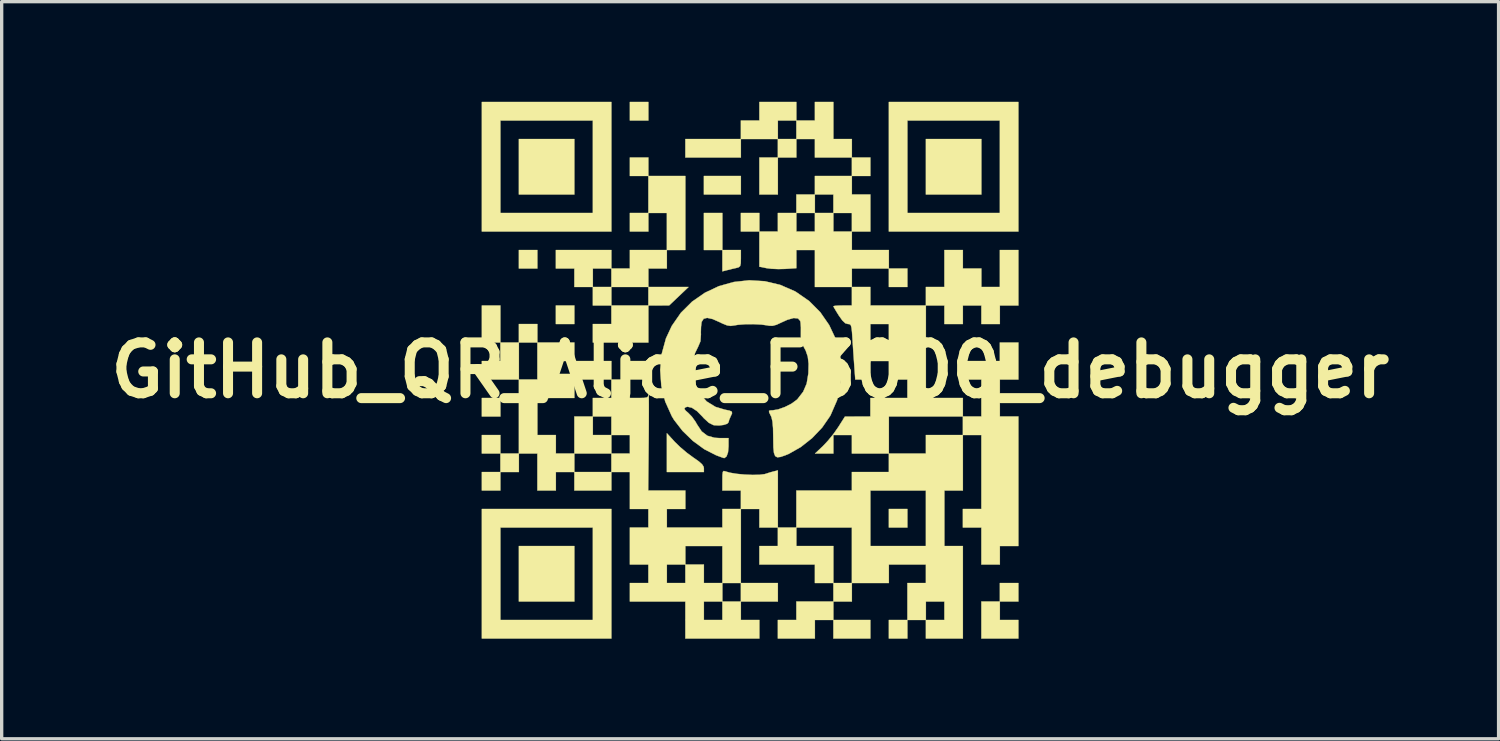
<source format=kicad_pcb>
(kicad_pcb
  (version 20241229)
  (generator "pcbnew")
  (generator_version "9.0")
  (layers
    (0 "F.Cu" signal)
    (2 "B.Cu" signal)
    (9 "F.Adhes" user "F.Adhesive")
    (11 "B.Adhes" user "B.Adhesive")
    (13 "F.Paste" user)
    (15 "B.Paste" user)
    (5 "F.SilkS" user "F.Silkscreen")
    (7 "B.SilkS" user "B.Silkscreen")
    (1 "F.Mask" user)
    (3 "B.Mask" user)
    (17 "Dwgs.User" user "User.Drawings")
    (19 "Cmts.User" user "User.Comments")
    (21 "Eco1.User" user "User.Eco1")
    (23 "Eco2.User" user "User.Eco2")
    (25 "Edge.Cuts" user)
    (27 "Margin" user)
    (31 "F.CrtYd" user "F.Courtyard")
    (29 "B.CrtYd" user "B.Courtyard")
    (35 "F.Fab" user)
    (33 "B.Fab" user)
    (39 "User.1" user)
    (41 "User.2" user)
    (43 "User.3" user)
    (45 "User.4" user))
  (footprint "GitHub_QR_Alice_F3000_debugger"
    (layer "F.Cu")
    (at 19.42 8.041)
    (property "Reference" "GitHub_QR_Alice_F3000_debugger" (at 0 0 0) (layer "F.SilkS") (effects (font (size 1.524 1.524) (thickness 0.3))))
    (attr through_hole)
    (fp_poly (pts (xy -8.036 -0.831) (xy -8.036 -1.94) (xy -7.481 -1.94) (xy -7.481 -0.831) (xy -8.036 -0.831)) (stroke (width 0.01) (type solid)) (fill yes) (layer "F.SilkS"))
    (fp_poly (pts (xy -8.036 2.494) (xy -8.036 1.94) (xy -7.481 1.94) (xy -7.481 2.494) (xy -8.036 2.494)) (stroke (width 0.01) (type solid)) (fill yes) (layer "F.SilkS"))
    (fp_poly (pts (xy -7.481 1.385) (xy -8.036 1.385) (xy -8.036 0.831) (xy -7.481 0.831) (xy -7.481 1.385)) (stroke (width 0.01) (type solid)) (fill yes) (layer "F.SilkS"))
    (fp_poly (pts (xy -7.481 2.494) (xy -6.927 2.494) (xy -6.927 3.048) (xy -7.481 3.048) (xy -7.481 2.494)) (stroke (width 0.01) (type solid)) (fill yes) (layer "F.SilkS"))
    (fp_poly (pts (xy -7.481 3.602) (xy -8.036 3.602) (xy -8.036 3.048) (xy -7.481 3.048) (xy -7.481 3.602)) (stroke (width 0.01) (type solid)) (fill yes) (layer "F.SilkS"))
    (fp_poly (pts (xy -6.373 -3.048) (xy -6.927 -3.048) (xy -6.927 -3.602) (xy -6.373 -3.602) (xy -6.373 -3.048)) (stroke (width 0.01) (type solid)) (fill yes) (layer "F.SilkS"))
    (fp_poly (pts (xy -5.265 -5.265) (xy -6.927 -5.265) (xy -6.927 -6.927) (xy -5.265 -6.927) (xy -5.265 -5.265)) (stroke (width 0.01) (type solid)) (fill yes) (layer "F.SilkS"))
    (fp_poly (pts (xy -5.265 -1.385) (xy -5.819 -1.385) (xy -5.819 -1.94) (xy -5.265 -1.94) (xy -5.265 -1.385)) (stroke (width 0.01) (type solid)) (fill yes) (layer "F.SilkS"))
    (fp_poly (pts (xy -5.265 0.277) (xy -5.265 -0.277) (xy -4.156 -0.277) (xy -4.156 0.277) (xy -5.265 0.277)) (stroke (width 0.01) (type solid)) (fill yes) (layer "F.SilkS"))
    (fp_poly (pts (xy -5.265 6.927) (xy -6.927 6.927) (xy -6.927 5.265) (xy -5.265 5.265) (xy -5.265 6.927)) (stroke (width 0.01) (type solid)) (fill yes) (layer "F.SilkS"))
    (fp_poly (pts (xy -4.156 3.048) (xy -4.156 3.602) (xy -5.265 3.602) (xy -5.265 3.048) (xy -4.156 3.048)) (stroke (width 0.01) (type solid)) (fill yes) (layer "F.SilkS"))
    (fp_poly (pts (xy -3.602 -5.819) (xy -3.602 -6.373) (xy -3.048 -6.373) (xy -3.048 -5.819) (xy -3.602 -5.819)) (stroke (width 0.01) (type solid)) (fill yes) (layer "F.SilkS"))
    (fp_poly (pts (xy -3.602 -0.277) (xy -3.094 -0.277) (xy -3.094 0.277) (xy -3.602 0.277) (xy -3.602 -0.277)) (stroke (width 0.01) (type solid)) (fill yes) (layer "F.SilkS"))
    (fp_poly (pts (xy -3.048 -7.481) (xy -3.602 -7.481) (xy -3.602 -8.036) (xy -3.048 -8.036) (xy -3.048 -7.481)) (stroke (width 0.01) (type solid)) (fill yes) (layer "F.SilkS"))
    (fp_poly (pts (xy -3.048 -4.156) (xy -3.602 -4.156) (xy -3.602 -4.711) (xy -3.048 -4.711) (xy -3.048 -4.156)) (stroke (width 0.01) (type solid)) (fill yes) (layer "F.SilkS"))
    (fp_poly (pts (xy -1.385 -3.602) (xy -1.385 -4.711) (xy -0.831 -4.711) (xy -0.831 -3.602) (xy -1.385 -3.602)) (stroke (width 0.01) (type solid)) (fill yes) (layer "F.SilkS"))
    (fp_poly (pts (xy -0.277 -6.373) (xy -1.94 -6.373) (xy -1.94 -6.927) (xy -0.277 -6.927) (xy -0.277 -6.373)) (stroke (width 0.01) (type solid)) (fill yes) (layer "F.SilkS"))
    (fp_poly (pts (xy -0.277 -5.265) (xy -1.385 -5.265) (xy -1.385 -5.819) (xy -0.277 -5.819) (xy -0.277 -5.265)) (stroke (width 0.01) (type solid)) (fill yes) (layer "F.SilkS"))
    (fp_poly (pts (xy -0.277 -4.156) (xy -0.277 -4.711) (xy 0.277 -4.711) (xy 0.277 -4.156) (xy -0.277 -4.156)) (stroke (width 0.01) (type solid)) (fill yes) (layer "F.SilkS"))
    (fp_poly (pts (xy 0.831 -5.265) (xy 0.277 -5.265) (xy 0.277 -6.373) (xy 0.831 -6.373) (xy 0.831 -5.265)) (stroke (width 0.01) (type solid)) (fill yes) (layer "F.SilkS"))
    (fp_poly (pts (xy 3.048 -6.373) (xy 3.602 -6.373) (xy 3.602 -5.819) (xy 3.048 -5.819) (xy 3.048 -6.373)) (stroke (width 0.01) (type solid)) (fill yes) (layer "F.SilkS"))
    (fp_poly (pts (xy 3.602 8.036) (xy 2.494 8.036) (xy 2.494 7.481) (xy 3.602 7.481) (xy 3.602 8.036)) (stroke (width 0.01) (type solid)) (fill yes) (layer "F.SilkS"))
    (fp_poly (pts (xy 4.711 -2.494) (xy 4.156 -2.494) (xy 4.156 -3.048) (xy 4.711 -3.048) (xy 4.711 -2.494)) (stroke (width 0.01) (type solid)) (fill yes) (layer "F.SilkS"))
    (fp_poly (pts (xy 4.711 4.711) (xy 4.156 4.711) (xy 4.156 4.156) (xy 4.711 4.156) (xy 4.711 4.711)) (stroke (width 0.01) (type solid)) (fill yes) (layer "F.SilkS"))
    (fp_poly (pts (xy 4.711 8.036) (xy 4.156 8.036) (xy 4.156 7.481) (xy 4.711 7.481) (xy 4.711 8.036)) (stroke (width 0.01) (type solid)) (fill yes) (layer "F.SilkS"))
    (fp_poly (pts (xy 6.927 -5.265) (xy 5.265 -5.265) (xy 5.265 -6.927) (xy 6.927 -6.927) (xy 6.927 -5.265)) (stroke (width 0.01) (type solid)) (fill yes) (layer "F.SilkS"))
    (fp_poly (pts (xy 7.481 6.373) (xy 8.036 6.373) (xy 8.036 6.927) (xy 7.481 6.927) (xy 7.481 6.373)) (stroke (width 0.01) (type solid)) (fill yes) (layer "F.SilkS"))
    (fp_poly (pts (xy -4.711 1.94) (xy -4.156 1.94) (xy -4.156 2.494) (xy -5.265 2.494) (xy -5.265 1.385) (xy -4.711 1.385) (xy -4.711 1.94)) (stroke (width 0.01) (type solid)) (fill yes) (layer "F.SilkS"))
    (fp_poly (pts (xy -2.494 -4.711) (xy -3.048 -4.711) (xy -3.048 -5.819) (xy -1.94 -5.819) (xy -1.94 -3.602) (xy -2.494 -3.602) (xy -2.494 -4.711)) (stroke (width 0.01) (type solid)) (fill yes) (layer "F.SilkS"))
    (fp_poly (pts (xy 7.481 7.481) (xy 8.036 7.481) (xy 8.036 8.036) (xy 6.927 8.036) (xy 6.927 6.927) (xy 7.481 6.927) (xy 7.481 7.481)) (stroke (width 0.01) (type solid)) (fill yes) (layer "F.SilkS"))
    (fp_poly (pts (xy 2.494 7.481) (xy 1.94 7.481) (xy 1.94 8.036) (xy 0.831 8.036) (xy 0.831 7.481) (xy 1.385 7.481) (xy 1.385 6.927) (xy 2.494 6.927) (xy 2.494 7.481)) (stroke (width 0.01) (type solid)) (fill yes) (layer "F.SilkS"))
    (fp_poly (pts (xy -0.277 -3.602) (xy -0.277 -3.349) (xy -0.281 -3.203) (xy -0.299 -3.123) (xy -0.342 -3.085) (xy -0.404 -3.067) (xy -0.544 -3.035) (xy -0.681 -3.001) (xy -0.831 -2.963) (xy -0.831 -3.602) (xy -0.277 -3.602)) (stroke (width 0.01) (type solid)) (fill yes) (layer "F.SilkS"))
    (fp_poly (pts (xy -4.156 -4.156) (xy -8.036 -4.156) (xy -8.036 -7.481) (xy -7.481 -7.481) (xy -7.481 -4.711) (xy -4.711 -4.711) (xy -4.711 -7.481) (xy -7.481 -7.481) (xy -8.036 -7.481) (xy -8.036 -8.036) (xy -4.156 -8.036) (xy -4.156 -4.156)) (stroke (width 0.01) (type solid)) (fill yes) (layer "F.SilkS"))
    (fp_poly (pts (xy -4.156 8.036) (xy -8.036 8.036) (xy -8.036 4.711) (xy -7.481 4.711) (xy -7.481 7.481) (xy -4.711 7.481) (xy -4.711 4.711) (xy -7.481 4.711) (xy -8.036 4.711) (xy -8.036 4.156) (xy -4.156 4.156) (xy -4.156 8.036)) (stroke (width 0.01) (type solid)) (fill yes) (layer "F.SilkS"))
    (fp_poly (pts (xy 8.036 -4.156) (xy 4.156 -4.156) (xy 4.156 -7.481) (xy 4.711 -7.481) (xy 4.711 -4.711) (xy 7.481 -4.711) (xy 7.481 -7.481) (xy 4.711 -7.481) (xy 4.156 -7.481) (xy 4.156 -8.036) (xy 8.036 -8.036) (xy 8.036 -4.156)) (stroke (width 0.01) (type solid)) (fill yes) (layer "F.SilkS"))
    (fp_poly (pts (xy -2.259 2.143) (xy -2.098 2.3) (xy -1.899 2.469) (xy -1.707 2.611) (xy -1.705 2.612) (xy -1.537 2.73) (xy -1.438 2.819) (xy -1.392 2.892) (xy -1.385 2.936) (xy -1.385 3.048) (xy -2.494 3.048) (xy -2.494 1.886) (xy -2.259 2.143)) (stroke (width 0.01) (type solid)) (fill yes) (layer "F.SilkS"))
    (fp_poly (pts (xy 5.265 -2.494) (xy 5.819 -2.494) (xy 5.819 -3.602) (xy 6.373 -3.602) (xy 6.373 -3.048) (xy 6.927 -3.048) (xy 6.927 -2.494) (xy 7.481 -2.494) (xy 7.481 -3.602) (xy 8.036 -3.602) (xy 8.036 -1.94) (xy 7.481 -1.94) (xy 7.481 -1.385) (xy 6.927 -1.385) (xy 6.927 -1.94) (xy 6.373 -1.94) (xy 6.373 -1.385) (xy 5.819 -1.385) (xy 5.819 -1.94) (xy 5.265 -1.94) (xy 5.265 -2.494)) (stroke (width 0.01) (type solid)) (fill yes) (layer "F.SilkS"))
    (fp_poly (pts (xy -0.277 3.602) (xy -0.831 3.602) (xy -0.831 3.297) (xy -0.829 3.135) (xy -0.818 3.047) (xy -0.793 3.017) (xy -0.75 3.027) (xy -0.604 3.069) (xy -0.399 3.103) (xy -0.165 3.125) (xy 0.071 3.135) (xy 0.281 3.131) (xy 0.437 3.111) (xy 0.47 3.101) (xy 0.601 3.059) (xy 0.704 3.031) (xy 0.831 3) (xy 0.831 4.711) (xy 0.277 4.711) (xy 0.277 4.156) (xy -0.277 4.156) (xy -0.277 3.602)) (stroke (width 0.01) (type solid)) (fill yes) (layer "F.SilkS"))
    (fp_poly (pts (xy 1.94 -6.373) (xy 1.94 -6.927) (xy 1.385 -6.927) (xy 1.385 -6.373) (xy 0.831 -6.373) (xy 0.831 -6.927) (xy -0.277 -6.927) (xy -0.277 -7.481) (xy 0.277 -7.481) (xy 0.831 -7.481) (xy 0.831 -6.927) (xy 1.385 -6.927) (xy 1.385 -7.481) (xy 0.831 -7.481) (xy 0.277 -7.481) (xy 0.277 -8.036) (xy 1.385 -8.036) (xy 1.385 -7.481) (xy 1.94 -7.481) (xy 1.94 -8.036) (xy 2.494 -8.036) (xy 2.494 -6.927) (xy 3.048 -6.927) (xy 3.048 -6.373) (xy 1.94 -6.373)) (stroke (width 0.01) (type solid)) (fill yes) (layer "F.SilkS"))
    (fp_poly (pts (xy -6.927 0.277) (xy -8.036 0.277) (xy -8.036 -0.277) (xy -7.481 -0.277) (xy -7.481 -0.831) (xy -6.927 -0.831) (xy -6.927 0.277) (xy -6.373 0.277) (xy -6.373 -0.831) (xy -6.927 -0.831) (xy -6.927 -1.385) (xy -6.373 -1.385) (xy -6.373 -0.831) (xy -5.265 -0.831) (xy -5.265 -0.277) (xy -5.819 -0.277) (xy -5.819 0.277) (xy -5.265 0.277) (xy -5.265 0.831) (xy -6.373 0.831) (xy -6.373 1.94) (xy -5.819 1.94) (xy -5.819 2.494) (xy -5.265 2.494) (xy -5.265 3.048) (xy -5.819 3.048) (xy -5.819 3.602) (xy -6.373 3.602) (xy -6.373 2.494) (xy -6.927 2.494) (xy -6.927 0.277)) (stroke (width 0.01) (type solid)) (fill yes) (layer "F.SilkS"))
    (fp_poly (pts (xy -2.494 -3.048) (xy -3.048 -3.048) (xy -3.048 -2.494) (xy -1.845 -2.494) (xy -2.135 -2.218) (xy -2.425 -1.943) (xy -2.736 -1.941) (xy -3.048 -1.94) (xy -3.048 -0.831) (xy -4.711 -0.831) (xy -4.711 -1.385) (xy -4.156 -1.385) (xy -4.156 -1.94) (xy -3.048 -1.94) (xy -3.048 -2.494) (xy -4.156 -2.494) (xy -4.156 -1.94) (xy -4.711 -1.94) (xy -4.711 -2.494) (xy -5.265 -2.494) (xy -5.265 -3.048) (xy -4.711 -3.048) (xy -4.711 -2.494) (xy -4.156 -2.494) (xy -4.156 -3.048) (xy -4.711 -3.048) (xy -5.265 -3.048) (xy -5.819 -3.048) (xy -5.819 -3.602) (xy -4.156 -3.602) (xy -4.156 -3.048) (xy -3.602 -3.048) (xy -3.602 -3.602) (xy -2.494 -3.602) (xy -2.494 -3.048)) (stroke (width 0.01) (type solid)) (fill yes) (layer "F.SilkS"))
    (fp_poly (pts (xy 1.94 -2.494) (xy 1.94 -3.602) (xy 1.385 -3.602) (xy 1.385 -3.058) (xy 1.051 -3.036) (xy 0.845 -3.031) (xy 0.64 -3.04) (xy 0.496 -3.058) (xy 0.277 -3.102) (xy 0.277 -4.156) (xy 0.831 -4.156) (xy 0.831 -4.711) (xy 1.385 -4.711) (xy 1.385 -4.156) (xy 1.94 -4.156) (xy 1.94 -4.711) (xy 1.385 -4.711) (xy 1.385 -5.265) (xy 1.94 -5.265) (xy 1.94 -4.711) (xy 2.494 -4.711) (xy 2.494 -4.156) (xy 3.048 -4.156) (xy 3.048 -4.711) (xy 2.494 -4.711) (xy 2.494 -5.265) (xy 1.94 -5.265) (xy 1.94 -5.819) (xy 3.048 -5.819) (xy 3.048 -5.265) (xy 3.602 -5.265) (xy 3.602 -4.156) (xy 3.048 -4.156) (xy 3.048 -3.602) (xy 4.156 -3.602) (xy 4.156 -3.048) (xy 3.048 -3.048) (xy 3.048 -2.494) (xy 1.94 -2.494)) (stroke (width 0.01) (type solid)) (fill yes) (layer "F.SilkS"))
    (fp_poly (pts (xy -4.156 2.494) (xy -3.602 2.494) (xy -3.602 1.94) (xy -4.156 1.94) (xy -4.156 1.385) (xy -4.711 1.385) (xy -4.711 0.831) (xy -4.156 0.831) (xy -4.156 0.277) (xy -3.602 0.277) (xy -3.602 0.831) (xy -3.328 0.831) (xy -3.174 0.828) (xy -3.09 0.812) (xy -3.052 0.777) (xy -3.04 0.727) (xy -3.037 0.746) (xy -3.035 0.847) (xy -3.034 1.021) (xy -3.034 1.258) (xy -3.035 1.547) (xy -3.037 1.879) (xy -3.039 2.113) (xy -3.054 3.602) (xy -1.94 3.602) (xy -1.94 4.156) (xy -2.494 4.156) (xy -2.494 4.711) (xy -0.831 4.711) (xy -0.831 4.156) (xy -0.277 4.156) (xy -0.277 6.373) (xy 0.831 6.373) (xy 0.831 6.927) (xy -0.277 6.927) (xy -0.277 7.481) (xy 0.277 7.481) (xy 0.277 8.036) (xy -1.94 8.036) (xy -1.94 6.927) (xy -1.385 6.927) (xy -1.385 7.481) (xy -0.831 7.481) (xy -0.831 6.927) (xy -1.385 6.927) (xy -1.94 6.927) (xy -3.602 6.927) (xy -3.602 6.373) (xy -3.048 6.373) (xy -3.048 5.819) (xy -2.494 5.819) (xy -2.494 6.373) (xy -1.94 6.373) (xy -1.94 5.819) (xy -2.494 5.819) (xy -3.048 5.819) (xy -3.602 5.819) (xy -3.602 5.265) (xy -1.94 5.265) (xy -1.94 5.819) (xy -1.385 5.819) (xy -1.385 6.373) (xy -0.831 6.373) (xy -0.831 6.927) (xy -0.277 6.927) (xy -0.277 6.373) (xy -0.831 6.373) (xy -0.831 5.265) (xy -1.94 5.265) (xy -3.602 5.265) (xy -3.602 4.711) (xy -3.048 4.711) (xy -3.048 4.156) (xy -3.602 4.156) (xy -3.602 3.048) (xy -4.156 3.048) (xy -4.156 2.494)) (stroke (width 0.01) (type solid)) (fill yes) (layer "F.SilkS"))
    (fp_poly (pts (xy 5.265 0.831) (xy 6.373 0.831) (xy 6.373 1.385) (xy 6.927 1.385) (xy 6.927 0.277) (xy 6.373 0.277) (xy 6.373 -0.277) (xy 7.481 -0.277) (xy 7.481 -0.831) (xy 8.036 -0.831) (xy 8.036 0.277) (xy 7.481 0.277) (xy 7.481 1.385) (xy 8.036 1.385) (xy 8.036 5.265) (xy 7.481 5.265) (xy 7.481 5.819) (xy 6.927 5.819) (xy 6.927 4.711) (xy 6.373 4.711) (xy 6.373 4.156) (xy 6.927 4.156) (xy 6.927 1.94) (xy 6.373 1.94) (xy 6.373 3.602) (xy 5.819 3.602) (xy 5.819 5.265) (xy 6.373 5.265) (xy 6.373 8.036) (xy 5.265 8.036) (xy 5.265 7.481) (xy 4.711 7.481) (xy 4.711 6.927) (xy 5.265 6.927) (xy 5.265 7.481) (xy 5.819 7.481) (xy 5.819 6.927) (xy 5.265 6.927) (xy 4.711 6.927) (xy 4.711 6.373) (xy 5.265 6.373) (xy 5.265 5.819) (xy 4.156 5.819) (xy 4.156 6.373) (xy 3.048 6.373) (xy 3.048 6.927) (xy 2.494 6.927) (xy 2.494 6.373) (xy 1.94 6.373) (xy 1.94 5.819) (xy 0.277 5.819) (xy 0.277 5.265) (xy 0.831 5.265) (xy 0.831 4.711) (xy 1.385 4.711) (xy 1.385 5.265) (xy 2.494 5.265) (xy 2.494 6.373) (xy 3.048 6.373) (xy 3.048 4.711) (xy 1.385 4.711) (xy 1.385 3.602) (xy 3.048 3.602) (xy 3.602 3.602) (xy 3.602 5.265) (xy 5.265 5.265) (xy 5.265 3.602) (xy 3.602 3.602) (xy 3.048 3.602) (xy 3.048 3.048) (xy 4.156 3.048) (xy 4.156 2.494) (xy 3.048 2.494) (xy 3.048 1.94) (xy 2.494 1.94) (xy 2.494 2.494) (xy 1.945 2.494) (xy 2.186 2.266) (xy 2.334 2.108) (xy 2.494 1.912) (xy 2.63 1.718) (xy 2.634 1.713) (xy 2.84 1.388) (xy 3.221 1.387) (xy 3.602 1.385) (xy 4.156 1.385) (xy 4.156 2.494) (xy 5.265 2.494) (xy 5.265 1.94) (xy 6.373 1.94) (xy 6.373 1.385) (xy 4.156 1.385) (xy 3.602 1.385) (xy 3.602 0.831) (xy 4.711 0.831) (xy 4.711 0.277) (xy 4.156 0.277) (xy 4.156 -0.277) (xy 3.602 -0.277) (xy 3.602 0.277) (xy 3.15 0.277) (xy 3.122 -0.104) (xy 3.106 -0.334) (xy 3.087 -0.606) (xy 3.07 -0.871) (xy 3.066 -0.935) (xy 3.052 -1.142) (xy 3.037 -1.273) (xy 3.017 -1.346) (xy 2.987 -1.378) (xy 2.941 -1.385) (xy 2.929 -1.385) (xy 3.602 -1.385) (xy 3.602 -0.831) (xy 4.156 -0.831) (xy 4.156 -1.385) (xy 3.602 -1.385) (xy 2.929 -1.385) (xy 2.849 -1.409) (xy 2.763 -1.491) (xy 2.657 -1.64) (xy 2.574 -1.774) (xy 2.515 -1.874) (xy 2.494 -1.917) (xy 2.536 -1.929) (xy 2.645 -1.937) (xy 2.771 -1.94) (xy 3.048 -1.94) (xy 3.048 -2.494) (xy 3.602 -2.494) (xy 3.602 -1.94) (xy 5.265 -1.94) (xy 5.265 0.831)) (stroke (width 0.01) (type solid)) (fill yes) (layer "F.SilkS"))
    (fp_poly (pts (xy 0.437 -2.667) (xy 0.897 -2.559) (xy 1.339 -2.367) (xy 1.374 -2.347) (xy 1.769 -2.073) (xy 2.101 -1.739) (xy 2.367 -1.356) (xy 2.565 -0.937) (xy 2.69 -0.49) (xy 2.741 -0.029) (xy 2.714 0.437) (xy 2.605 0.897) (xy 2.413 1.339) (xy 2.394 1.374) (xy 2.157 1.717) (xy 1.857 2.032) (xy 1.518 2.3) (xy 1.161 2.503) (xy 1.05 2.549) (xy 0.912 2.596) (xy 0.814 2.607) (xy 0.751 2.571) (xy 0.714 2.477) (xy 0.697 2.315) (xy 0.693 2.074) (xy 0.692 2.015) (xy 0.687 1.738) (xy 0.67 1.54) (xy 0.64 1.408) (xy 0.623 1.369) (xy 0.57 1.262) (xy 0.566 1.214) (xy 0.616 1.201) (xy 0.668 1.201) (xy 0.839 1.173) (xy 1.043 1.1) (xy 1.24 1) (xy 1.395 0.887) (xy 1.417 0.866) (xy 1.589 0.644) (xy 1.694 0.4) (xy 1.743 0.104) (xy 1.745 0.085) (xy 1.752 -0.192) (xy 1.727 -0.409) (xy 1.664 -0.592) (xy 1.609 -0.693) (xy 1.545 -0.83) (xy 1.52 -0.988) (xy 1.52 -1.119) (xy 1.521 -1.283) (xy 1.512 -1.42) (xy 1.501 -1.477) (xy 1.434 -1.553) (xy 1.305 -1.565) (xy 1.116 -1.512) (xy 0.95 -1.437) (xy 0.79 -1.363) (xy 0.673 -1.331) (xy 0.568 -1.334) (xy 0.516 -1.344) (xy 0.336 -1.369) (xy 0.104 -1.381) (xy -0.141 -1.379) (xy -0.36 -1.362) (xy -0.47 -1.344) (xy -0.582 -1.328) (xy -0.689 -1.344) (xy -0.827 -1.399) (xy -0.904 -1.437) (xy -1.126 -1.535) (xy -1.286 -1.57) (xy -1.392 -1.543) (xy -1.449 -1.454) (xy -1.455 -1.433) (xy -1.471 -1.3) (xy -1.476 -1.132) (xy -1.474 -1.075) (xy -1.488 -0.869) (xy -1.562 -0.694) (xy -1.563 -0.693) (xy -1.65 -0.516) (xy -1.696 -0.322) (xy -1.707 -0.083) (xy -1.698 0.085) (xy -1.635 0.424) (xy -1.5 0.71) (xy -1.299 0.936) (xy -1.037 1.097) (xy -0.76 1.18) (xy -0.617 1.209) (xy -0.549 1.24) (xy -0.541 1.29) (xy -0.58 1.374) (xy -0.58 1.375) (xy -0.627 1.482) (xy -0.646 1.557) (xy -0.688 1.603) (xy -0.792 1.637) (xy -0.929 1.654) (xy -1.071 1.647) (xy -1.103 1.641) (xy -1.236 1.574) (xy -1.388 1.435) (xy -1.431 1.386) (xy -1.592 1.223) (xy -1.745 1.122) (xy -1.877 1.092) (xy -1.945 1.113) (xy -1.971 1.152) (xy -1.933 1.209) (xy -1.857 1.274) (xy -1.746 1.388) (xy -1.636 1.542) (xy -1.59 1.623) (xy -1.452 1.831) (xy -1.283 1.961) (xy -1.064 2.023) (xy -0.912 2.032) (xy -0.647 2.032) (xy -0.647 2.277) (xy -0.662 2.457) (xy -0.706 2.58) (xy -0.77 2.63) (xy -0.783 2.63) (xy -0.837 2.613) (xy -0.947 2.573) (xy -1.021 2.545) (xy -1.372 2.366) (xy -1.714 2.117) (xy -2.024 1.816) (xy -2.28 1.485) (xy -2.347 1.374) (xy -2.544 0.936) (xy -2.66 0.469) (xy -2.694 -0.012) (xy -2.648 -0.492) (xy -2.521 -0.955) (xy -2.347 -1.328) (xy -2.073 -1.723) (xy -1.739 -2.055) (xy -1.356 -2.321) (xy -0.937 -2.519) (xy -0.49 -2.644) (xy -0.029 -2.695) (xy 0.437 -2.667)) (stroke (width 0.01) (type solid)) (fill yes) (layer "F.SilkS")))
  (gr_rect
    (start -3 -3)
    (end 41.84 19.081)
    (stroke (width 0.1) (type default))
    (fill no)
    (layer "Edge.Cuts")))
</source>
